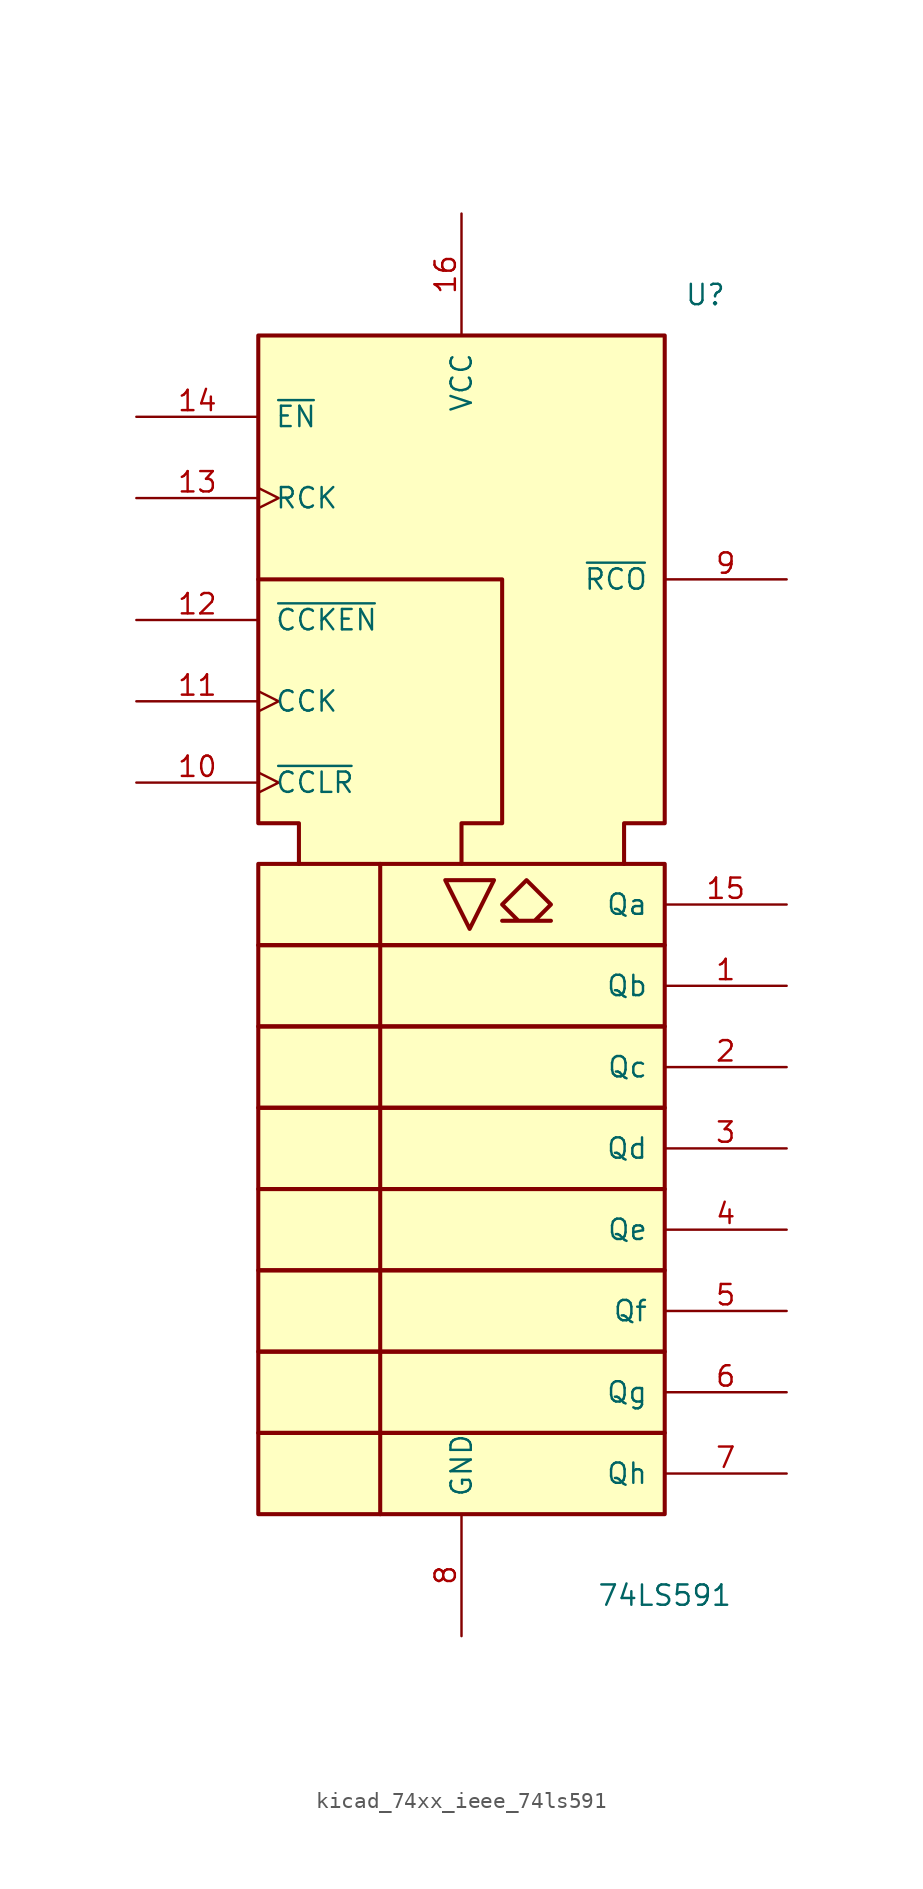
<source format=kicad_sym>
(kicad_symbol_lib
  (version 20220914)
  (generator kicad_symbol_editor)
  (symbol "kicad_74xx_ieee_74ls591"
    (pin_names
      (offset 1.016))
    (property "Reference" "U"
      (at 15.24 40.64 0)
      (effects (font (size 1.27 1.27))))
    (property "Value" "74LS591"
      (at 12.7 -40.64 0)
      (effects (font (size 1.27 1.27))))
    (symbol "kicad_74xx_ieee_74ls591_0_0"
      (rectangle (start -12.7 -30.48) (end 12.7 -35.56) (stroke (width 0.254) (type default)) (fill (type background)))
      (rectangle (start -12.7 -25.4) (end 12.7 -30.48) (stroke (width 0.254) (type default)) (fill (type background)))
      (rectangle (start -12.7 -20.32) (end 12.7 -25.4) (stroke (width 0.254) (type default)) (fill (type background)))
      (rectangle (start -12.7 -15.24) (end 12.7 -20.32) (stroke (width 0.254) (type default)) (fill (type background)))
      (rectangle (start -12.7 -10.16) (end 12.7 -15.24) (stroke (width 0.254) (type default)) (fill (type background)))
      (rectangle (start -12.7 -5.08) (end 12.7 -10.16) (stroke (width 0.254) (type default)) (fill (type background)))
      (rectangle (start -12.7 0) (end 12.7 -5.08) (stroke (width 0.254) (type default)) (fill (type background)))
      (rectangle (start -12.7 5.08) (end 12.7 0) (stroke (width 0.254) (type default)) (fill (type background)))
      (polyline (pts (xy -5.08 5.08) (xy -5.08 -35.56) (xy -5.08 -35.56)) (stroke (width 0.254) (type default)) (fill (type background)))
      (polyline (pts (xy -1.016 4.064) (xy 2.032 4.064) (xy 0.508 1.016) (xy -1.016 4.064) (xy -1.016 4.064)) (stroke (width 0.254) (type default)) (fill (type background)))
      (polyline (pts (xy -12.7 22.86) (xy 2.54 22.86) (xy 2.54 7.62) (xy 0 7.62) (xy 0 5.08) (xy 0 5.08)) (stroke (width 0.254) (type default)) (fill (type background)))
      (polyline (pts (xy -10.16 5.08) (xy -10.16 7.62) (xy -12.7 7.62) (xy -12.7 38.1) (xy 12.7 38.1) (xy 12.7 7.62) (xy 10.16 7.62) (xy 10.16 5.08) (xy 10.16 5.08)) (stroke (width 0.254) (type default)) (fill (type background)))
      (polyline (pts (xy 4.064 4.064) (xy 5.588 2.54) (xy 4.572 1.524) (xy 5.588 1.524) (xy 2.54 1.524) (xy 3.556 1.524) (xy 2.54 2.54) (xy 4.064 4.064) (xy 4.064 4.064)) (stroke (width 0.254) (type default)) (fill (type background))))
    (symbol "kicad_74xx_ieee_74ls591_0_1"
      (pin power_in line (at 0 45.72 270) (length 7.62) (name "VCC" (effects (font (size 1.27 1.27)))) (number "16" (effects (font (size 1.27 1.27)))))
      (pin power_in line (at 0 -43.18 90) (length 7.62) (name "GND" (effects (font (size 1.27 1.27)))) (number "8" (effects (font (size 1.27 1.27))))))
    (symbol "kicad_74xx_ieee_74ls591_1_1"
      (pin output line (at 20.32 -2.54 180) (length 7.62) (name "Qb" (effects (font (size 1.27 1.27)))) (number "1" (effects (font (size 1.27 1.27)))))
      (pin input clock (at -20.32 10.16 0) (length 7.62) (name "~{CCLR}" (effects (font (size 1.27 1.27)))) (number "10" (effects (font (size 1.27 1.27)))))
      (pin input clock (at -20.32 15.24 0) (length 7.62) (name "CCK" (effects (font (size 1.27 1.27)))) (number "11" (effects (font (size 1.27 1.27)))))
      (pin input line (at -20.32 20.32 0) (length 7.62) (name "~{CCKEN}" (effects (font (size 1.27 1.27)))) (number "12" (effects (font (size 1.27 1.27)))))
      (pin input clock (at -20.32 27.94 0) (length 7.62) (name "RCK" (effects (font (size 1.27 1.27)))) (number "13" (effects (font (size 1.27 1.27)))))
      (pin input line (at -20.32 33.02 0) (length 7.62) (name "~{EN}" (effects (font (size 1.27 1.27)))) (number "14" (effects (font (size 1.27 1.27)))))
      (pin output line (at 20.32 2.54 180) (length 7.62) (name "Qa" (effects (font (size 1.27 1.27)))) (number "15" (effects (font (size 1.27 1.27)))))
      (pin output line (at 20.32 -7.62 180) (length 7.62) (name "Qc" (effects (font (size 1.27 1.27)))) (number "2" (effects (font (size 1.27 1.27)))))
      (pin output line (at 20.32 -12.7 180) (length 7.62) (name "Qd" (effects (font (size 1.27 1.27)))) (number "3" (effects (font (size 1.27 1.27)))))
      (pin output line (at 20.32 -17.78 180) (length 7.62) (name "Qe" (effects (font (size 1.27 1.27)))) (number "4" (effects (font (size 1.27 1.27)))))
      (pin output line (at 20.32 -22.86 180) (length 7.62) (name "Qf" (effects (font (size 1.27 1.27)))) (number "5" (effects (font (size 1.27 1.27)))))
      (pin output line (at 20.32 -27.94 180) (length 7.62) (name "Qg" (effects (font (size 1.27 1.27)))) (number "6" (effects (font (size 1.27 1.27)))))
      (pin output line (at 20.32 -33.02 180) (length 7.62) (name "Qh" (effects (font (size 1.27 1.27)))) (number "7" (effects (font (size 1.27 1.27)))))
      (pin output line (at 20.32 22.86 180) (length 7.62) (name "~{RCO}" (effects (font (size 1.27 1.27)))) (number "9" (effects (font (size 1.27 1.27))))))))
</source>
